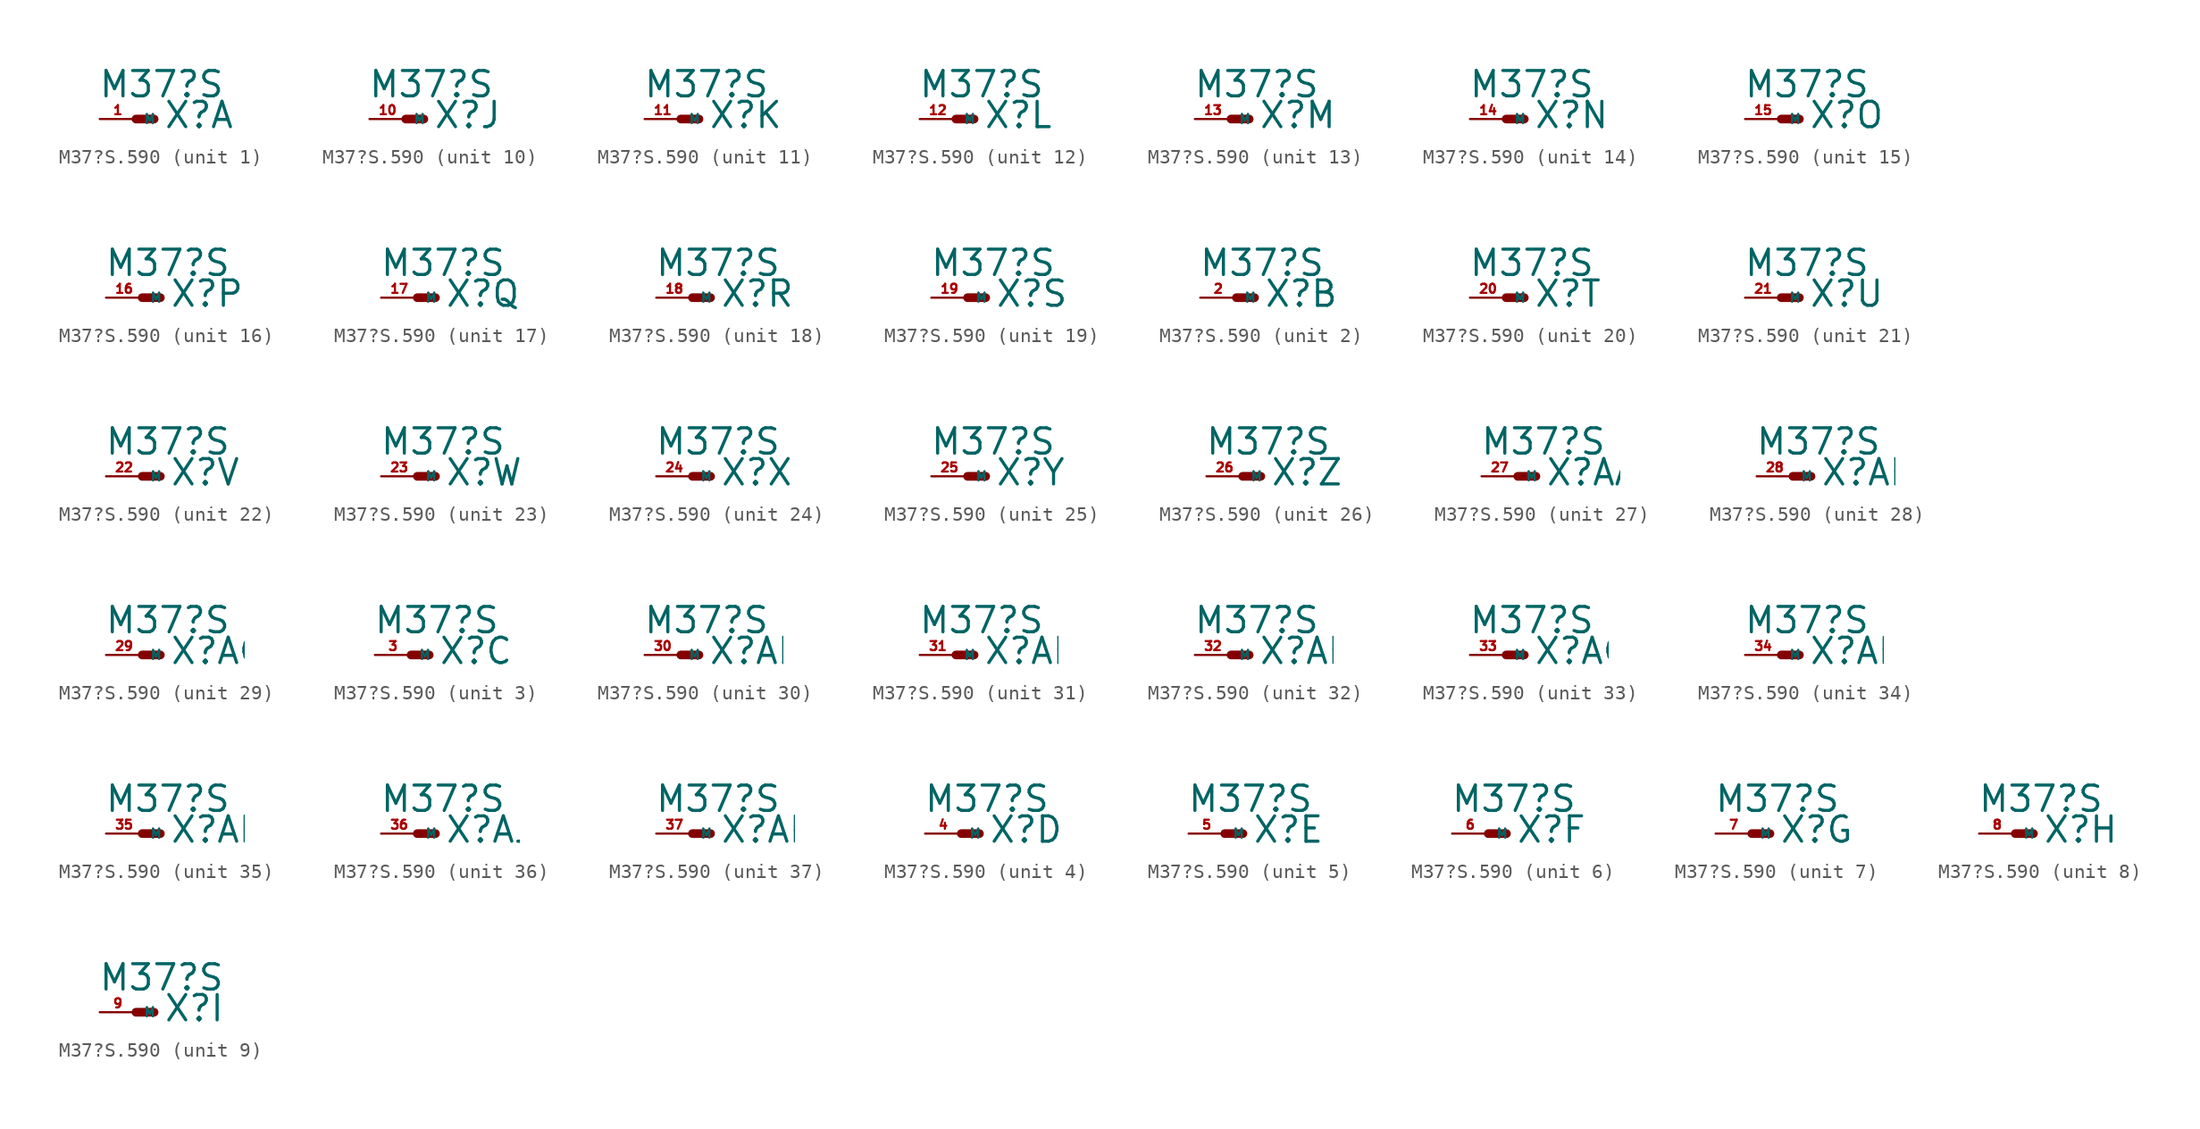
<source format=kicad_sym>
(kicad_symbol_lib
  (version 20220914)
  (generator Eagle2Kicad)
  (symbol "M37?S.590"
    (property "Reference" "X"
      (at 1.905 -0.762 0)
      (effects (font (size 1.778 1.778) (thickness 0.22)) (justify left bottom)))
    (property "Value" "M37?S"
      (at -2.667 1.397 0)
      (effects (font (size 1.778 1.778) (thickness 0.22)) (justify left bottom)))
    (symbol "M37?S.590_1_0"
      (polyline (pts (xy 0 0) (xy 1.27 0)) (stroke (width 0.61) (type default)) (fill (type none)))
      (pin passive line (at -2.54 0 0) (length 2.54) (name "M" (effects (font (size 0.635 0.635) (thickness 0.08)) (justify left bottom))) (number "1" (effects (font (size 0.635 0.635) (thickness 0.08)) (justify left bottom)))))
    (symbol "M37?S.590_2_0"
      (polyline (pts (xy 0 0) (xy 1.27 0)) (stroke (width 0.61) (type default)) (fill (type none)))
      (pin passive line (at -2.54 0 0) (length 2.54) (name "M" (effects (font (size 0.635 0.635) (thickness 0.08)) (justify left bottom))) (number "2" (effects (font (size 0.635 0.635) (thickness 0.08)) (justify left bottom)))))
    (symbol "M37?S.590_3_0"
      (polyline (pts (xy 0 0) (xy 1.27 0)) (stroke (width 0.61) (type default)) (fill (type none)))
      (pin passive line (at -2.54 0 0) (length 2.54) (name "M" (effects (font (size 0.635 0.635) (thickness 0.08)) (justify left bottom))) (number "3" (effects (font (size 0.635 0.635) (thickness 0.08)) (justify left bottom)))))
    (symbol "M37?S.590_4_0"
      (polyline (pts (xy 0 0) (xy 1.27 0)) (stroke (width 0.61) (type default)) (fill (type none)))
      (pin passive line (at -2.54 0 0) (length 2.54) (name "M" (effects (font (size 0.635 0.635) (thickness 0.08)) (justify left bottom))) (number "4" (effects (font (size 0.635 0.635) (thickness 0.08)) (justify left bottom)))))
    (symbol "M37?S.590_5_0"
      (polyline (pts (xy 0 0) (xy 1.27 0)) (stroke (width 0.61) (type default)) (fill (type none)))
      (pin passive line (at -2.54 0 0) (length 2.54) (name "M" (effects (font (size 0.635 0.635) (thickness 0.08)) (justify left bottom))) (number "5" (effects (font (size 0.635 0.635) (thickness 0.08)) (justify left bottom)))))
    (symbol "M37?S.590_6_0"
      (polyline (pts (xy 0 0) (xy 1.27 0)) (stroke (width 0.61) (type default)) (fill (type none)))
      (pin passive line (at -2.54 0 0) (length 2.54) (name "M" (effects (font (size 0.635 0.635) (thickness 0.08)) (justify left bottom))) (number "6" (effects (font (size 0.635 0.635) (thickness 0.08)) (justify left bottom)))))
    (symbol "M37?S.590_7_0"
      (polyline (pts (xy 0 0) (xy 1.27 0)) (stroke (width 0.61) (type default)) (fill (type none)))
      (pin passive line (at -2.54 0 0) (length 2.54) (name "M" (effects (font (size 0.635 0.635) (thickness 0.08)) (justify left bottom))) (number "7" (effects (font (size 0.635 0.635) (thickness 0.08)) (justify left bottom)))))
    (symbol "M37?S.590_8_0"
      (polyline (pts (xy 0 0) (xy 1.27 0)) (stroke (width 0.61) (type default)) (fill (type none)))
      (pin passive line (at -2.54 0 0) (length 2.54) (name "M" (effects (font (size 0.635 0.635) (thickness 0.08)) (justify left bottom))) (number "8" (effects (font (size 0.635 0.635) (thickness 0.08)) (justify left bottom)))))
    (symbol "M37?S.590_9_0"
      (polyline (pts (xy 0 0) (xy 1.27 0)) (stroke (width 0.61) (type default)) (fill (type none)))
      (pin passive line (at -2.54 0 0) (length 2.54) (name "M" (effects (font (size 0.635 0.635) (thickness 0.08)) (justify left bottom))) (number "9" (effects (font (size 0.635 0.635) (thickness 0.08)) (justify left bottom)))))
    (symbol "M37?S.590_10_0"
      (polyline (pts (xy 0 0) (xy 1.27 0)) (stroke (width 0.61) (type default)) (fill (type none)))
      (pin passive line (at -2.54 0 0) (length 2.54) (name "M" (effects (font (size 0.635 0.635) (thickness 0.08)) (justify left bottom))) (number "10" (effects (font (size 0.635 0.635) (thickness 0.08)) (justify left bottom)))))
    (symbol "M37?S.590_11_0"
      (polyline (pts (xy 0 0) (xy 1.27 0)) (stroke (width 0.61) (type default)) (fill (type none)))
      (pin passive line (at -2.54 0 0) (length 2.54) (name "M" (effects (font (size 0.635 0.635) (thickness 0.08)) (justify left bottom))) (number "11" (effects (font (size 0.635 0.635) (thickness 0.08)) (justify left bottom)))))
    (symbol "M37?S.590_12_0"
      (polyline (pts (xy 0 0) (xy 1.27 0)) (stroke (width 0.61) (type default)) (fill (type none)))
      (pin passive line (at -2.54 0 0) (length 2.54) (name "M" (effects (font (size 0.635 0.635) (thickness 0.08)) (justify left bottom))) (number "12" (effects (font (size 0.635 0.635) (thickness 0.08)) (justify left bottom)))))
    (symbol "M37?S.590_13_0"
      (polyline (pts (xy 0 0) (xy 1.27 0)) (stroke (width 0.61) (type default)) (fill (type none)))
      (pin passive line (at -2.54 0 0) (length 2.54) (name "M" (effects (font (size 0.635 0.635) (thickness 0.08)) (justify left bottom))) (number "13" (effects (font (size 0.635 0.635) (thickness 0.08)) (justify left bottom)))))
    (symbol "M37?S.590_14_0"
      (polyline (pts (xy 0 0) (xy 1.27 0)) (stroke (width 0.61) (type default)) (fill (type none)))
      (pin passive line (at -2.54 0 0) (length 2.54) (name "M" (effects (font (size 0.635 0.635) (thickness 0.08)) (justify left bottom))) (number "14" (effects (font (size 0.635 0.635) (thickness 0.08)) (justify left bottom)))))
    (symbol "M37?S.590_15_0"
      (polyline (pts (xy 0 0) (xy 1.27 0)) (stroke (width 0.61) (type default)) (fill (type none)))
      (pin passive line (at -2.54 0 0) (length 2.54) (name "M" (effects (font (size 0.635 0.635) (thickness 0.08)) (justify left bottom))) (number "15" (effects (font (size 0.635 0.635) (thickness 0.08)) (justify left bottom)))))
    (symbol "M37?S.590_16_0"
      (polyline (pts (xy 0 0) (xy 1.27 0)) (stroke (width 0.61) (type default)) (fill (type none)))
      (pin passive line (at -2.54 0 0) (length 2.54) (name "M" (effects (font (size 0.635 0.635) (thickness 0.08)) (justify left bottom))) (number "16" (effects (font (size 0.635 0.635) (thickness 0.08)) (justify left bottom)))))
    (symbol "M37?S.590_17_0"
      (polyline (pts (xy 0 0) (xy 1.27 0)) (stroke (width 0.61) (type default)) (fill (type none)))
      (pin passive line (at -2.54 0 0) (length 2.54) (name "M" (effects (font (size 0.635 0.635) (thickness 0.08)) (justify left bottom))) (number "17" (effects (font (size 0.635 0.635) (thickness 0.08)) (justify left bottom)))))
    (symbol "M37?S.590_18_0"
      (polyline (pts (xy 0 0) (xy 1.27 0)) (stroke (width 0.61) (type default)) (fill (type none)))
      (pin passive line (at -2.54 0 0) (length 2.54) (name "M" (effects (font (size 0.635 0.635) (thickness 0.08)) (justify left bottom))) (number "18" (effects (font (size 0.635 0.635) (thickness 0.08)) (justify left bottom)))))
    (symbol "M37?S.590_19_0"
      (polyline (pts (xy 0 0) (xy 1.27 0)) (stroke (width 0.61) (type default)) (fill (type none)))
      (pin passive line (at -2.54 0 0) (length 2.54) (name "M" (effects (font (size 0.635 0.635) (thickness 0.08)) (justify left bottom))) (number "19" (effects (font (size 0.635 0.635) (thickness 0.08)) (justify left bottom)))))
    (symbol "M37?S.590_20_0"
      (polyline (pts (xy 0 0) (xy 1.27 0)) (stroke (width 0.61) (type default)) (fill (type none)))
      (pin passive line (at -2.54 0 0) (length 2.54) (name "M" (effects (font (size 0.635 0.635) (thickness 0.08)) (justify left bottom))) (number "20" (effects (font (size 0.635 0.635) (thickness 0.08)) (justify left bottom)))))
    (symbol "M37?S.590_21_0"
      (polyline (pts (xy 0 0) (xy 1.27 0)) (stroke (width 0.61) (type default)) (fill (type none)))
      (pin passive line (at -2.54 0 0) (length 2.54) (name "M" (effects (font (size 0.635 0.635) (thickness 0.08)) (justify left bottom))) (number "21" (effects (font (size 0.635 0.635) (thickness 0.08)) (justify left bottom)))))
    (symbol "M37?S.590_22_0"
      (polyline (pts (xy 0 0) (xy 1.27 0)) (stroke (width 0.61) (type default)) (fill (type none)))
      (pin passive line (at -2.54 0 0) (length 2.54) (name "M" (effects (font (size 0.635 0.635) (thickness 0.08)) (justify left bottom))) (number "22" (effects (font (size 0.635 0.635) (thickness 0.08)) (justify left bottom)))))
    (symbol "M37?S.590_23_0"
      (polyline (pts (xy 0 0) (xy 1.27 0)) (stroke (width 0.61) (type default)) (fill (type none)))
      (pin passive line (at -2.54 0 0) (length 2.54) (name "M" (effects (font (size 0.635 0.635) (thickness 0.08)) (justify left bottom))) (number "23" (effects (font (size 0.635 0.635) (thickness 0.08)) (justify left bottom)))))
    (symbol "M37?S.590_24_0"
      (polyline (pts (xy 0 0) (xy 1.27 0)) (stroke (width 0.61) (type default)) (fill (type none)))
      (pin passive line (at -2.54 0 0) (length 2.54) (name "M" (effects (font (size 0.635 0.635) (thickness 0.08)) (justify left bottom))) (number "24" (effects (font (size 0.635 0.635) (thickness 0.08)) (justify left bottom)))))
    (symbol "M37?S.590_25_0"
      (polyline (pts (xy 0 0) (xy 1.27 0)) (stroke (width 0.61) (type default)) (fill (type none)))
      (pin passive line (at -2.54 0 0) (length 2.54) (name "M" (effects (font (size 0.635 0.635) (thickness 0.08)) (justify left bottom))) (number "25" (effects (font (size 0.635 0.635) (thickness 0.08)) (justify left bottom)))))
    (symbol "M37?S.590_26_0"
      (polyline (pts (xy 0 0) (xy 1.27 0)) (stroke (width 0.61) (type default)) (fill (type none)))
      (pin passive line (at -2.54 0 0) (length 2.54) (name "M" (effects (font (size 0.635 0.635) (thickness 0.08)) (justify left bottom))) (number "26" (effects (font (size 0.635 0.635) (thickness 0.08)) (justify left bottom)))))
    (symbol "M37?S.590_27_0"
      (polyline (pts (xy 0 0) (xy 1.27 0)) (stroke (width 0.61) (type default)) (fill (type none)))
      (pin passive line (at -2.54 0 0) (length 2.54) (name "M" (effects (font (size 0.635 0.635) (thickness 0.08)) (justify left bottom))) (number "27" (effects (font (size 0.635 0.635) (thickness 0.08)) (justify left bottom)))))
    (symbol "M37?S.590_28_0"
      (polyline (pts (xy 0 0) (xy 1.27 0)) (stroke (width 0.61) (type default)) (fill (type none)))
      (pin passive line (at -2.54 0 0) (length 2.54) (name "M" (effects (font (size 0.635 0.635) (thickness 0.08)) (justify left bottom))) (number "28" (effects (font (size 0.635 0.635) (thickness 0.08)) (justify left bottom)))))
    (symbol "M37?S.590_29_0"
      (polyline (pts (xy 0 0) (xy 1.27 0)) (stroke (width 0.61) (type default)) (fill (type none)))
      (pin passive line (at -2.54 0 0) (length 2.54) (name "M" (effects (font (size 0.635 0.635) (thickness 0.08)) (justify left bottom))) (number "29" (effects (font (size 0.635 0.635) (thickness 0.08)) (justify left bottom)))))
    (symbol "M37?S.590_30_0"
      (polyline (pts (xy 0 0) (xy 1.27 0)) (stroke (width 0.61) (type default)) (fill (type none)))
      (pin passive line (at -2.54 0 0) (length 2.54) (name "M" (effects (font (size 0.635 0.635) (thickness 0.08)) (justify left bottom))) (number "30" (effects (font (size 0.635 0.635) (thickness 0.08)) (justify left bottom)))))
    (symbol "M37?S.590_31_0"
      (polyline (pts (xy 0 0) (xy 1.27 0)) (stroke (width 0.61) (type default)) (fill (type none)))
      (pin passive line (at -2.54 0 0) (length 2.54) (name "M" (effects (font (size 0.635 0.635) (thickness 0.08)) (justify left bottom))) (number "31" (effects (font (size 0.635 0.635) (thickness 0.08)) (justify left bottom)))))
    (symbol "M37?S.590_32_0"
      (polyline (pts (xy 0 0) (xy 1.27 0)) (stroke (width 0.61) (type default)) (fill (type none)))
      (pin passive line (at -2.54 0 0) (length 2.54) (name "M" (effects (font (size 0.635 0.635) (thickness 0.08)) (justify left bottom))) (number "32" (effects (font (size 0.635 0.635) (thickness 0.08)) (justify left bottom)))))
    (symbol "M37?S.590_33_0"
      (polyline (pts (xy 0 0) (xy 1.27 0)) (stroke (width 0.61) (type default)) (fill (type none)))
      (pin passive line (at -2.54 0 0) (length 2.54) (name "M" (effects (font (size 0.635 0.635) (thickness 0.08)) (justify left bottom))) (number "33" (effects (font (size 0.635 0.635) (thickness 0.08)) (justify left bottom)))))
    (symbol "M37?S.590_34_0"
      (polyline (pts (xy 0 0) (xy 1.27 0)) (stroke (width 0.61) (type default)) (fill (type none)))
      (pin passive line (at -2.54 0 0) (length 2.54) (name "M" (effects (font (size 0.635 0.635) (thickness 0.08)) (justify left bottom))) (number "34" (effects (font (size 0.635 0.635) (thickness 0.08)) (justify left bottom)))))
    (symbol "M37?S.590_35_0"
      (polyline (pts (xy 0 0) (xy 1.27 0)) (stroke (width 0.61) (type default)) (fill (type none)))
      (pin passive line (at -2.54 0 0) (length 2.54) (name "M" (effects (font (size 0.635 0.635) (thickness 0.08)) (justify left bottom))) (number "35" (effects (font (size 0.635 0.635) (thickness 0.08)) (justify left bottom)))))
    (symbol "M37?S.590_36_0"
      (polyline (pts (xy 0 0) (xy 1.27 0)) (stroke (width 0.61) (type default)) (fill (type none)))
      (pin passive line (at -2.54 0 0) (length 2.54) (name "M" (effects (font (size 0.635 0.635) (thickness 0.08)) (justify left bottom))) (number "36" (effects (font (size 0.635 0.635) (thickness 0.08)) (justify left bottom)))))
    (symbol "M37?S.590_37_0"
      (polyline (pts (xy 0 0) (xy 1.27 0)) (stroke (width 0.61) (type default)) (fill (type none)))
      (pin passive line (at -2.54 0 0) (length 2.54) (name "M" (effects (font (size 0.635 0.635) (thickness 0.08)) (justify left bottom))) (number "37" (effects (font (size 0.635 0.635) (thickness 0.08)) (justify left bottom)))))))
</source>
